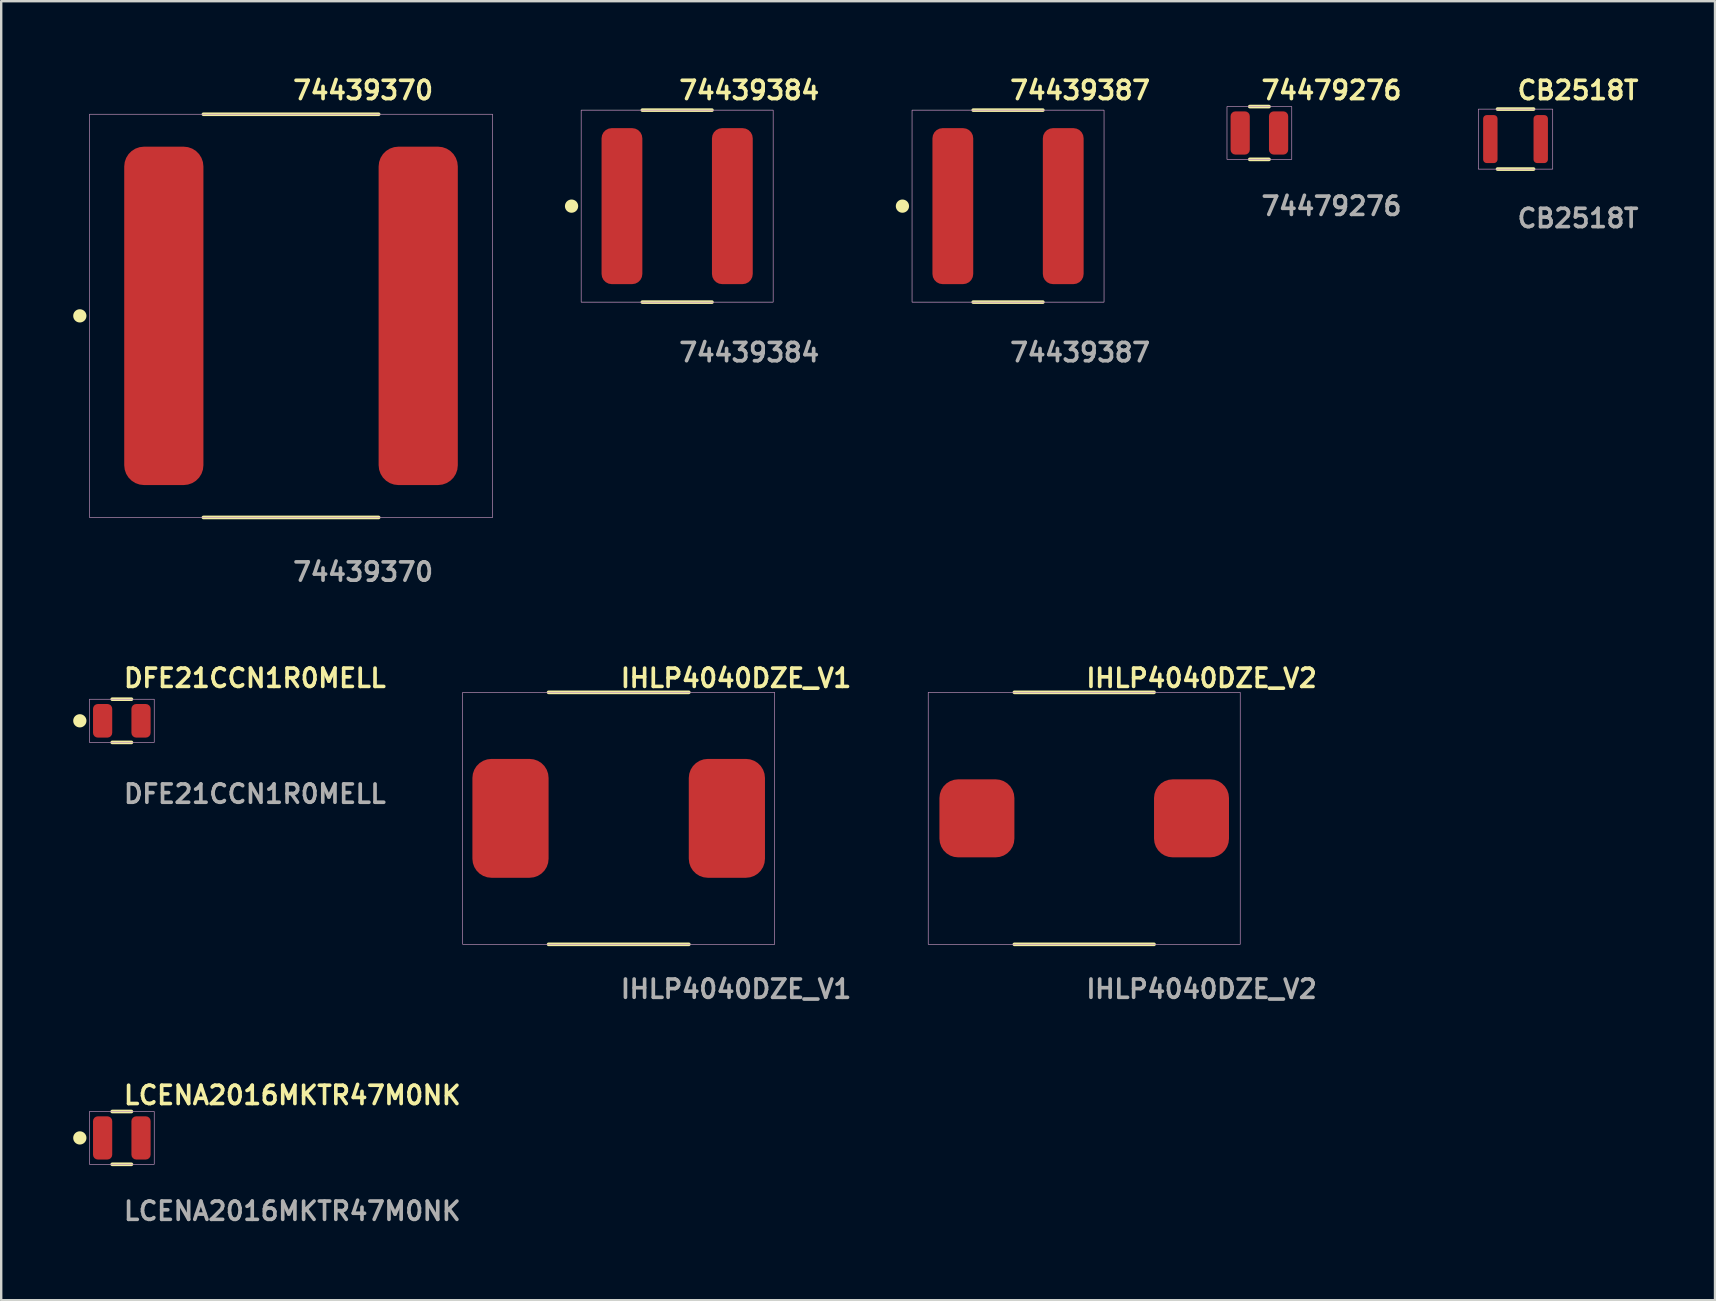
<source format=kicad_pcb>
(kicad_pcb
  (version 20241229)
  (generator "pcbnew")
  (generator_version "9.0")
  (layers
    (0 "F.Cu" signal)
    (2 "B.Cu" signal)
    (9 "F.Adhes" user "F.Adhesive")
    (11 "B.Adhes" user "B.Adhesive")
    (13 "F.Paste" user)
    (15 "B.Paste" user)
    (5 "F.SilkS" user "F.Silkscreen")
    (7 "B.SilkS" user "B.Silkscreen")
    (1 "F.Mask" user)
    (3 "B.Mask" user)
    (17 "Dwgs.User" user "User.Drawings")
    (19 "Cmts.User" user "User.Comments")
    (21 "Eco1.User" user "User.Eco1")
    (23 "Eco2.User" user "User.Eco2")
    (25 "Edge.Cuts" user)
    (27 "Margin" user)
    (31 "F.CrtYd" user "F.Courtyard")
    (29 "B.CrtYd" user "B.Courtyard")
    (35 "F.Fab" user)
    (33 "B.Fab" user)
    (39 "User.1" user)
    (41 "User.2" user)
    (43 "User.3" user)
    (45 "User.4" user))
  (footprint "74439370"
    (layer "F.Cu")
    (at 9.076 10.111)
    (property "Reference" "74439370" (at 0 -9.398 0) (unlocked yes) (layer "F.SilkS") (effects (font (size 0.762 0.762) (thickness 0.152)) (justify left)))
    (fp_line (start 3.65 -8.4) (end -3.65 -8.4) (stroke (width 0.152) (type solid)) (layer "F.SilkS"))
    (fp_line (start 3.65 8.4) (end -3.65 8.4) (stroke (width 0.152) (type solid)) (layer "F.SilkS"))
    (fp_circle (center -8.8 0) (end -9 0) (stroke (width 0.152) (type solid)) (fill yes) (layer "F.SilkS"))
    (fp_rect (start -8.4 -8.4) (end 8.4 8.4) (stroke (width 0.006) (type solid)) (fill no) (layer "F.CrtYd"))
    (fp_rect (start -8.4 -8.4) (end 8.4 8.4) (stroke (width 0.025) (type default)) (fill no) (layer "F.Fab"))
    (fp_text user "${REFERENCE}" (at 0 10.668 0) (unlocked yes) (layer "F.Fab") (effects (font (size 0.762 0.762) (thickness 0.152)) (justify left)))
    (pad "1" smd roundrect (at -5.3 0) (size 3.3 14.1) (layers "F.Cu" "F.Mask" "F.Paste") (roundrect_rratio 0.25))
    (pad "2" smd roundrect (at 5.3 0) (size 3.3 14.1) (layers "F.Cu" "F.Mask" "F.Paste") (roundrect_rratio 0.25)))
  (footprint "LCENA2016MKTR47M0NK"
    (layer "F.Cu")
    (at 2.026 44.364)
    (property "Reference" "LCENA2016MKTR47M0NK" (at 0 -1.778 0) (unlocked yes) (layer "F.SilkS") (effects (font (size 0.762 0.762) (thickness 0.152)) (justify left)))
    (fp_line (start 0.4 -1.1) (end -0.4 -1.1) (stroke (width 0.152) (type solid)) (layer "F.SilkS"))
    (fp_line (start 0.4 1.1) (end -0.4 1.1) (stroke (width 0.152) (type solid)) (layer "F.SilkS"))
    (fp_circle (center -1.75 0) (end -1.95 0) (stroke (width 0.152) (type solid)) (fill yes) (layer "F.SilkS"))
    (fp_rect (start -1.35 -1.1) (end 1.35 1.1) (stroke (width 0.006) (type solid)) (fill no) (layer "F.CrtYd"))
    (fp_rect (start -1.35 -1.1) (end 1.35 1.1) (stroke (width 0.025) (type default)) (fill no) (layer "F.Fab"))
    (fp_text user "${REFERENCE}" (at 0 3.048 0) (unlocked yes) (layer "F.Fab") (effects (font (size 0.762 0.762) (thickness 0.152)) (justify left)))
    (pad "1" smd roundrect (at -0.8 0) (size 0.8 1.8) (layers "F.Cu" "F.Mask" "F.Paste") (roundrect_rratio 0.25))
    (pad "2" smd roundrect (at 0.8 0) (size 0.8 1.8) (layers "F.Cu" "F.Mask" "F.Paste") (roundrect_rratio 0.25)))
  (footprint "74479276"
    (layer "F.Cu")
    (at 49.425 2.491)
    (property "Reference" "74479276" (at 0 -1.778 0) (unlocked yes) (layer "F.SilkS") (effects (font (size 0.762 0.762) (thickness 0.152)) (justify left)))
    (fp_line (start 0.4 -1.1) (end -0.4 -1.1) (stroke (width 0.152) (type solid)) (layer "F.SilkS"))
    (fp_line (start 0.4 1.1) (end -0.4 1.1) (stroke (width 0.152) (type solid)) (layer "F.SilkS"))
    (fp_rect (start -1.35 -1.1) (end 1.35 1.1) (stroke (width 0.006) (type solid)) (fill no) (layer "F.CrtYd"))
    (fp_rect (start -1.35 -1.1) (end 1.35 1.1) (stroke (width 0.025) (type default)) (fill no) (layer "F.Fab"))
    (fp_text user "${REFERENCE}" (at 0 3.048 0) (unlocked yes) (layer "F.Fab") (effects (font (size 0.762 0.762) (thickness 0.152)) (justify left)))
    (pad "1" smd roundrect (at -0.8 0) (size 0.8 1.8) (layers "F.Cu" "F.Mask" "F.Paste") (roundrect_rratio 0.25))
    (pad "2" smd roundrect (at 0.8 0) (size 0.8 1.8) (layers "F.Cu" "F.Mask" "F.Paste") (roundrect_rratio 0.25)))
  (footprint "74439387"
    (layer "F.Cu")
    (at 38.952 5.539)
    (property "Reference" "74439387" (at 0 -4.826 0) (unlocked yes) (layer "F.SilkS") (effects (font (size 0.762 0.762) (thickness 0.152)) (justify left)))
    (fp_line (start 1.45 -4) (end -1.45 -4) (stroke (width 0.152) (type solid)) (layer "F.SilkS"))
    (fp_line (start 1.45 4) (end -1.45 4) (stroke (width 0.152) (type solid)) (layer "F.SilkS"))
    (fp_circle (center -4.4 0) (end -4.6 0) (stroke (width 0.152) (type solid)) (fill yes) (layer "F.SilkS"))
    (fp_rect (start -4 -4) (end 4 4) (stroke (width 0.006) (type solid)) (fill no) (layer "F.CrtYd"))
    (fp_rect (start -4 -4) (end 4 4) (stroke (width 0.025) (type default)) (fill no) (layer "F.Fab"))
    (fp_text user "${REFERENCE}" (at 0 6.096 0) (unlocked yes) (layer "F.Fab") (effects (font (size 0.762 0.762) (thickness 0.152)) (justify left)))
    (pad "1" smd roundrect (at -2.3 0) (size 1.7 6.5) (layers "F.Cu" "F.Mask" "F.Paste") (roundrect_rratio 0.25))
    (pad "2" smd roundrect (at 2.3 0) (size 1.7 6.5) (layers "F.Cu" "F.Mask" "F.Paste") (roundrect_rratio 0.25)))
  (footprint "IHLP4040DZE_V1"
    (layer "F.Cu")
    (at 22.729 31.048)
    (property "Reference" "IHLP4040DZE_V1" (at 0 -5.842 0) (unlocked yes) (layer "F.SilkS") (effects (font (size 0.762 0.762) (thickness 0.152)) (justify left)))
    (fp_line (start 2.921 -5.25) (end -2.921 -5.25) (stroke (width 0.152) (type solid)) (layer "F.SilkS"))
    (fp_line (start 2.921 5.25) (end -2.921 5.25) (stroke (width 0.152) (type solid)) (layer "F.SilkS"))
    (fp_rect (start -6.5 -5.25) (end 6.5 5.25) (stroke (width 0.006) (type solid)) (fill no) (layer "F.CrtYd"))
    (fp_rect (start -6.5 -5.25) (end 6.5 5.25) (stroke (width 0.025) (type default)) (fill no) (layer "F.Fab"))
    (fp_text user "${REFERENCE}" (at 0 7.112 0) (unlocked yes) (layer "F.Fab") (effects (font (size 0.762 0.762) (thickness 0.152)) (justify left)))
    (pad "1" smd roundrect (at -4.508 0) (size 3.175 4.953) (layers "F.Cu" "F.Mask" "F.Paste") (roundrect_rratio 0.25))
    (pad "2" smd roundrect (at 4.508 0) (size 3.175 4.953) (layers "F.Cu" "F.Mask" "F.Paste") (roundrect_rratio 0.25)))
  (footprint "DFE21CCN1R0MELL"
    (layer "F.Cu")
    (at 2.026 26.984)
    (property "Reference" "DFE21CCN1R0MELL" (at 0 -1.778 0) (unlocked yes) (layer "F.SilkS") (effects (font (size 0.762 0.762) (thickness 0.152)) (justify left)))
    (fp_line (start 0.4 -0.9) (end -0.4 -0.9) (stroke (width 0.152) (type solid)) (layer "F.SilkS"))
    (fp_line (start 0.4 0.9) (end -0.4 0.9) (stroke (width 0.152) (type solid)) (layer "F.SilkS"))
    (fp_circle (center -1.75 0) (end -1.95 0) (stroke (width 0.152) (type solid)) (fill yes) (layer "F.SilkS"))
    (fp_rect (start -1.35 -0.9) (end 1.35 0.9) (stroke (width 0.006) (type solid)) (fill no) (layer "F.CrtYd"))
    (fp_rect (start -1.35 -0.9) (end 1.35 0.9) (stroke (width 0.025) (type default)) (fill no) (layer "F.Fab"))
    (fp_text user "${REFERENCE}" (at 0 3.048 0) (unlocked yes) (layer "F.Fab") (effects (font (size 0.762 0.762) (thickness 0.152)) (justify left)))
    (pad "1" smd roundrect (at -0.8 0) (size 0.8 1.4) (layers "F.Cu" "F.Mask" "F.Paste") (roundrect_rratio 0.25))
    (pad "2" smd roundrect (at 0.8 0) (size 0.8 1.4) (layers "F.Cu" "F.Mask" "F.Paste") (roundrect_rratio 0.25)))
  (footprint "CB2518T"
    (layer "F.Cu")
    (at 60.098 2.745)
    (property "Reference" "CB2518T" (at 0 -2.032 0) (unlocked yes) (layer "F.SilkS") (effects (font (size 0.762 0.762) (thickness 0.152)) (justify left)))
    (fp_line (start 0.75 -1.25) (end -0.75 -1.25) (stroke (width 0.152) (type solid)) (layer "F.SilkS"))
    (fp_line (start 0.75 1.25) (end -0.75 1.25) (stroke (width 0.152) (type solid)) (layer "F.SilkS"))
    (fp_rect (start -1.55 -1.25) (end 1.55 1.25) (stroke (width 0.006) (type solid)) (fill no) (layer "F.CrtYd"))
    (fp_rect (start -1.55 -1.25) (end 1.55 1.25) (stroke (width 0.025) (type default)) (fill no) (layer "F.Fab"))
    (fp_text user "${REFERENCE}" (at 0 3.302 0) (unlocked yes) (layer "F.Fab") (effects (font (size 0.762 0.762) (thickness 0.152)) (justify left)))
    (pad "1" smd roundrect (at -1.05 0) (size 0.6 2) (layers "F.Cu" "F.Mask" "F.Paste") (roundrect_rratio 0.25))
    (pad "2" smd roundrect (at 1.05 0) (size 0.6 2) (layers "F.Cu" "F.Mask" "F.Paste") (roundrect_rratio 0.25)))
  (footprint "IHLP4040DZE_V2"
    (layer "F.Cu")
    (at 42.126 31.048)
    (property "Reference" "IHLP4040DZE_V2" (at 0 -5.842 0) (unlocked yes) (layer "F.SilkS") (effects (font (size 0.762 0.762) (thickness 0.152)) (justify left)))
    (fp_line (start 2.909 -5.25) (end -2.909 -5.25) (stroke (width 0.152) (type solid)) (layer "F.SilkS"))
    (fp_line (start 2.909 5.25) (end -2.909 5.25) (stroke (width 0.152) (type solid)) (layer "F.SilkS"))
    (fp_rect (start -6.5 -5.25) (end 6.5 5.25) (stroke (width 0.006) (type solid)) (fill no) (layer "F.CrtYd"))
    (fp_rect (start -6.5 -5.25) (end 6.5 5.25) (stroke (width 0.025) (type default)) (fill no) (layer "F.Fab"))
    (fp_text user "${REFERENCE}" (at 0 7.112 0) (unlocked yes) (layer "F.Fab") (effects (font (size 0.762 0.762) (thickness 0.152)) (justify left)))
    (pad "1" smd roundrect (at -4.471 0) (size 3.124 3.251) (layers "F.Cu" "F.Mask" "F.Paste") (roundrect_rratio 0.25))
    (pad "2" smd roundrect (at 4.471 0) (size 3.124 3.251) (layers "F.Cu" "F.Mask" "F.Paste") (roundrect_rratio 0.25)))
  (footprint "74439384"
    (layer "F.Cu")
    (at 25.165 5.539)
    (property "Reference" "74439384" (at 0 -4.826 0) (unlocked yes) (layer "F.SilkS") (effects (font (size 0.762 0.762) (thickness 0.152)) (justify left)))
    (fp_line (start 1.45 -4) (end -1.45 -4) (stroke (width 0.152) (type solid)) (layer "F.SilkS"))
    (fp_line (start 1.45 4) (end -1.45 4) (stroke (width 0.152) (type solid)) (layer "F.SilkS"))
    (fp_circle (center -4.4 0) (end -4.6 0) (stroke (width 0.152) (type solid)) (fill yes) (layer "F.SilkS"))
    (fp_rect (start -4 -4) (end 4 4) (stroke (width 0.006) (type solid)) (fill no) (layer "F.CrtYd"))
    (fp_rect (start -4 -4) (end 4 4) (stroke (width 0.025) (type default)) (fill no) (layer "F.Fab"))
    (fp_text user "${REFERENCE}" (at 0 6.096 0) (unlocked yes) (layer "F.Fab") (effects (font (size 0.762 0.762) (thickness 0.152)) (justify left)))
    (pad "1" smd roundrect (at -2.3 0) (size 1.7 6.5) (layers "F.Cu" "F.Mask" "F.Paste") (roundrect_rratio 0.25))
    (pad "2" smd roundrect (at 2.3 0) (size 1.7 6.5) (layers "F.Cu" "F.Mask" "F.Paste") (roundrect_rratio 0.25)))
  (gr_rect
    (start -3 -3)
    (end 68.41 51.125)
    (stroke (width 0.1) (type default))
    (fill no)
    (layer "Edge.Cuts")))
</source>
